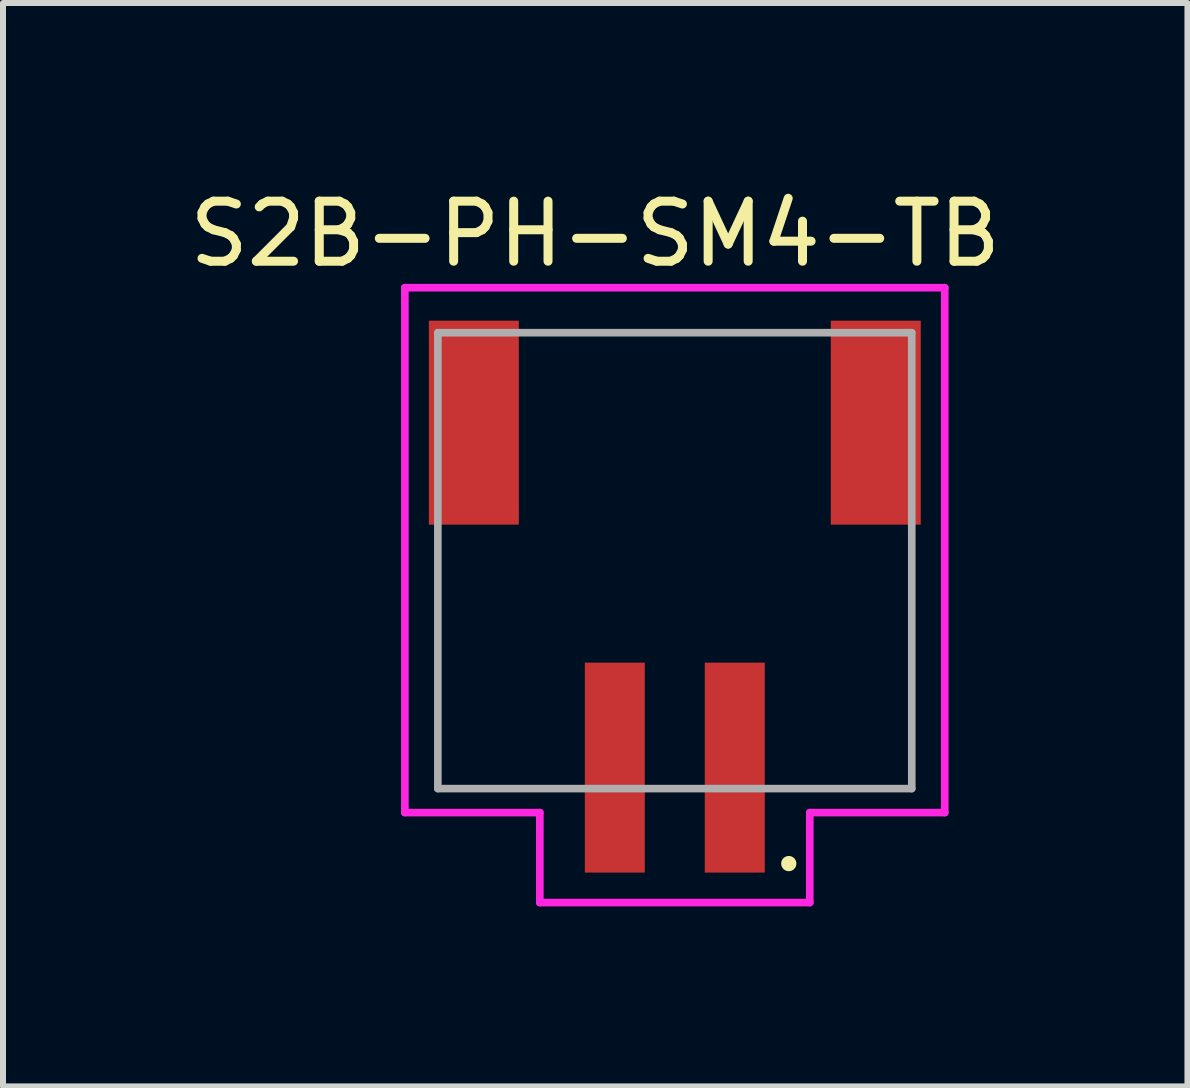
<source format=kicad_pcb>
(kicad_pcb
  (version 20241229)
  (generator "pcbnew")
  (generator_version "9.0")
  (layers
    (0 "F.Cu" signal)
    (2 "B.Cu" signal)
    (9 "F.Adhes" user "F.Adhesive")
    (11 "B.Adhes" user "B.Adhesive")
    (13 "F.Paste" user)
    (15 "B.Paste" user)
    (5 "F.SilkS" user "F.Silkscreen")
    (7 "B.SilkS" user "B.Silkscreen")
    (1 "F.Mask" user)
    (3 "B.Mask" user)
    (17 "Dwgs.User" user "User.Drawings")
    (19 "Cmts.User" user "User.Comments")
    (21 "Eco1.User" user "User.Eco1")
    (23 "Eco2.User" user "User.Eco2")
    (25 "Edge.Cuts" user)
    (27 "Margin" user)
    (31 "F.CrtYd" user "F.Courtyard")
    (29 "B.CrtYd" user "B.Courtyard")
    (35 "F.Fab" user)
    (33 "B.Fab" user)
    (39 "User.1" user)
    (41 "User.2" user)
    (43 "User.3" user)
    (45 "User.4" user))
  (footprint "S2B-PH-SM4-TB"
    (layer "F.Cu")
    (at 8.199 9.746)
    (property "Reference" "S2B-PH-SM4-TB" (at -1.327 -8.897 0) (layer "F.SilkS") (effects (font (size 1.001 1.001) (thickness 0.15))))
    (attr smd)
    (fp_circle (center 1.9 1.6) (end 2.027 1.6) (stroke (width 0) (type solid)) (fill yes) (layer "F.SilkS"))
    (fp_line (start -4.5 -8) (end 4.5 -8) (stroke (width 0.127) (type solid)) (layer "F.CrtYd"))
    (fp_line (start -4.5 0.75) (end -4.5 -8) (stroke (width 0.127) (type solid)) (layer "F.CrtYd"))
    (fp_line (start -2.25 0.75) (end -4.5 0.75) (stroke (width 0.127) (type solid)) (layer "F.CrtYd"))
    (fp_line (start -2.25 2.25) (end -2.25 0.75) (stroke (width 0.127) (type solid)) (layer "F.CrtYd"))
    (fp_line (start 2.25 0.75) (end 2.25 2.25) (stroke (width 0.127) (type solid)) (layer "F.CrtYd"))
    (fp_line (start 2.25 2.25) (end -2.25 2.25) (stroke (width 0.127) (type solid)) (layer "F.CrtYd"))
    (fp_line (start 4.5 -8) (end 4.5 0.75) (stroke (width 0.127) (type solid)) (layer "F.CrtYd"))
    (fp_line (start 4.5 0.75) (end 2.25 0.75) (stroke (width 0.127) (type solid)) (layer "F.CrtYd"))
    (fp_line (start -3.95 -7.25) (end -3.95 0.35) (stroke (width 0.127) (type solid)) (layer "F.Fab"))
    (fp_line (start -3.95 0.35) (end 3.95 0.35) (stroke (width 0.127) (type solid)) (layer "F.Fab"))
    (fp_line (start 3.95 -7.25) (end -3.95 -7.25) (stroke (width 0.127) (type solid)) (layer "F.Fab"))
    (fp_line (start 3.95 0.35) (end 3.95 -7.25) (stroke (width 0.127) (type solid)) (layer "F.Fab"))
    (pad "1" smd rect (at 1 0) (size 1 3.5) (layers "F.Cu" "F.Mask" "F.Paste"))
    (pad "2" smd rect (at -1 0) (size 1 3.5) (layers "F.Cu" "F.Mask" "F.Paste"))
    (pad "P1" smd rect (at 3.35 -5.75) (size 1.5 3.4) (layers "F.Cu" "F.Mask" "F.Paste"))
    (pad "P2" smd rect (at -3.35 -5.75) (size 1.5 3.4) (layers "F.Cu" "F.Mask" "F.Paste")))
  (gr_rect
    (start -3 -3)
    (end 16.745 15.06)
    (stroke (width 0.1) (type default))
    (fill no)
    (layer "Edge.Cuts")))
</source>
